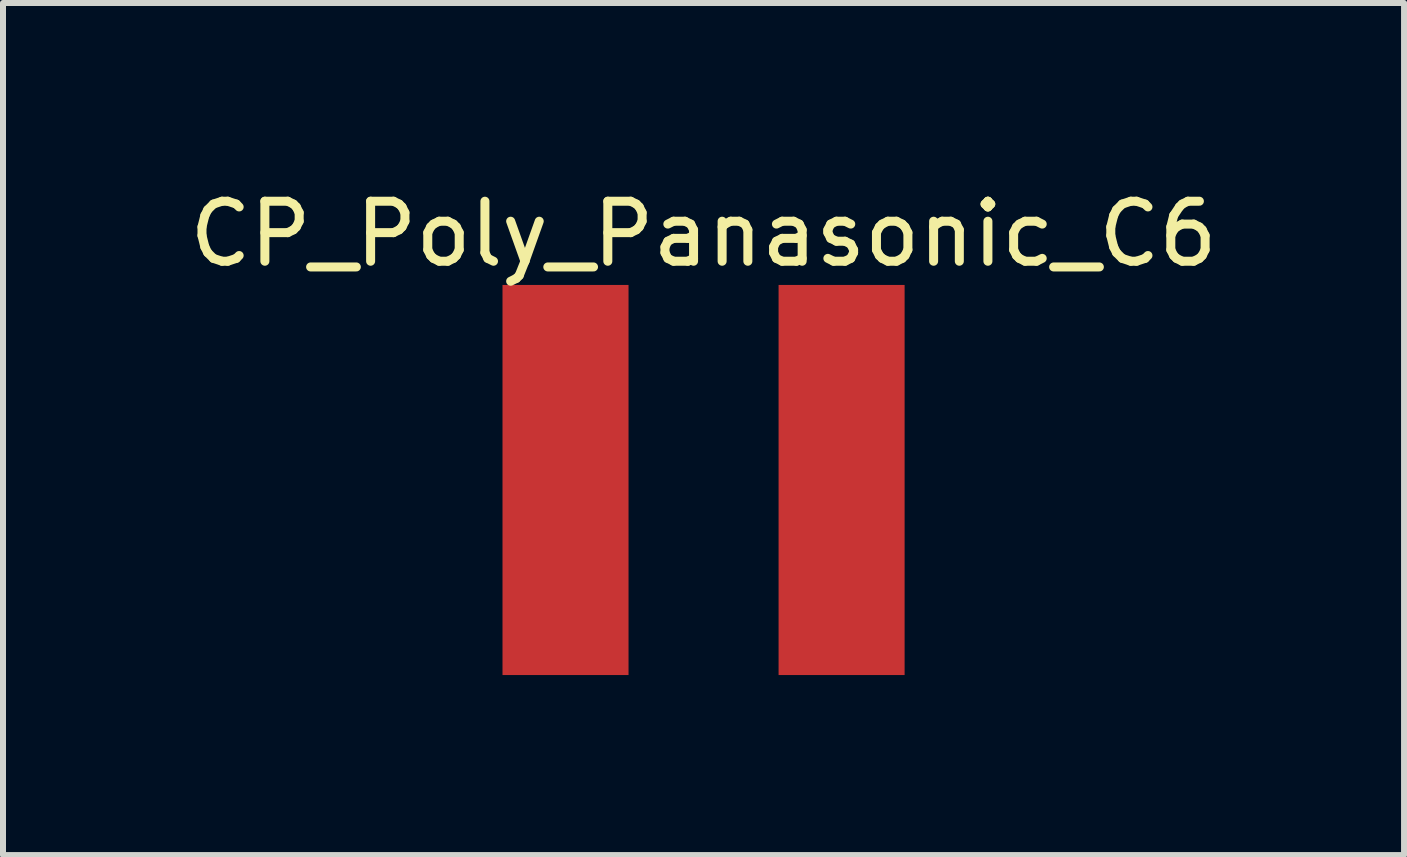
<source format=kicad_pcb>
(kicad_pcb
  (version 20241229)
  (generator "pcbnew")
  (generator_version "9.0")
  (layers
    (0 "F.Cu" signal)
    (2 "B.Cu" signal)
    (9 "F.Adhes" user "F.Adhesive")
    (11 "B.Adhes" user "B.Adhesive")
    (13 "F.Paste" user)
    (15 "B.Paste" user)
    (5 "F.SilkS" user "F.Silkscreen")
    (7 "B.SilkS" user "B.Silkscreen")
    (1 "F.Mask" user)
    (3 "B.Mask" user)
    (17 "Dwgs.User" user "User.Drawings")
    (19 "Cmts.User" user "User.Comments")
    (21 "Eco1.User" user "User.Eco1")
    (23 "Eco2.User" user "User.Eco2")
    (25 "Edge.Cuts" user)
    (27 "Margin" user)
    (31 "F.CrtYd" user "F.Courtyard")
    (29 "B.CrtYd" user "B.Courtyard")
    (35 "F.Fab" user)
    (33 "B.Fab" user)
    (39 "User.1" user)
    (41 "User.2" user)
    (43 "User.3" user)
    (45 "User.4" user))
  (footprint "CP_Poly_Panasonic_C6"
    (layer "F.Cu")
    (at 8.673 0.348)
    (property "Reference" "CP_Poly_Panasonic_C6" (at 0 0.5 0) (layer "F.SilkS") (effects (font (size 1 1) (thickness 0.15))))
    (attr through_hole)
    (pad "1" smd rect (at -2.3 4.6) (size 2.1 6.5) (layers "F.Cu" "F.Mask" "F.Paste"))
    (pad "2" smd rect (at 2.3 4.6) (size 2.1 6.5) (layers "F.Cu" "F.Mask" "F.Paste")))
  (gr_rect
    (start -3 -3)
    (end 20.345 11.198)
    (stroke (width 0.1) (type default))
    (fill no)
    (layer "Edge.Cuts")))
</source>
